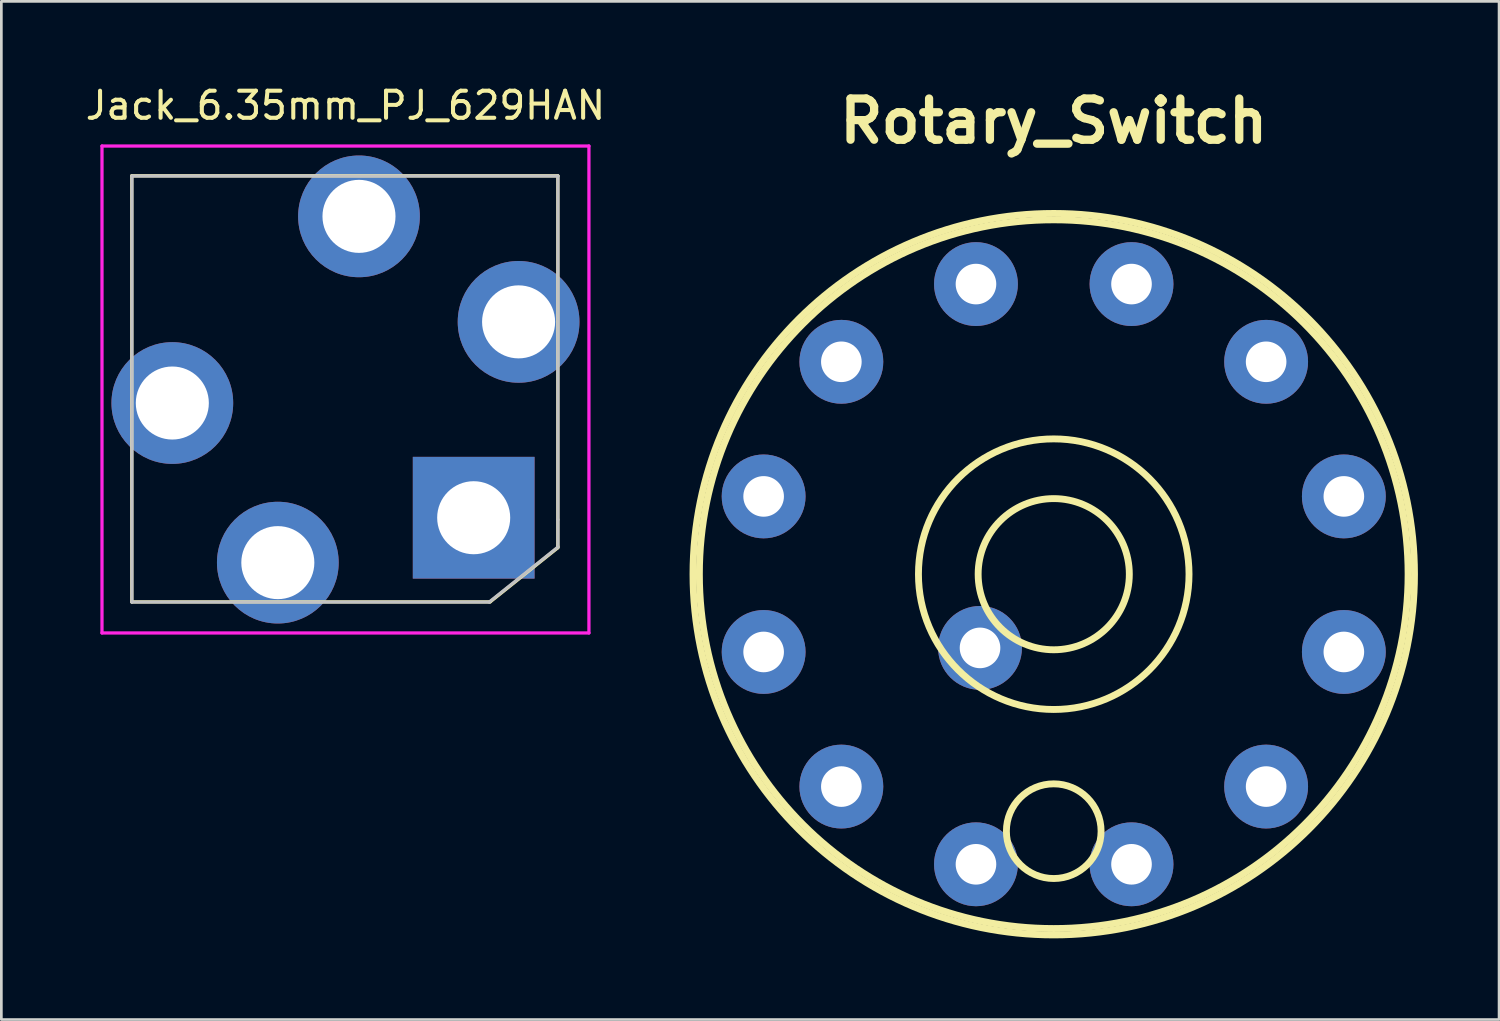
<source format=kicad_pcb>
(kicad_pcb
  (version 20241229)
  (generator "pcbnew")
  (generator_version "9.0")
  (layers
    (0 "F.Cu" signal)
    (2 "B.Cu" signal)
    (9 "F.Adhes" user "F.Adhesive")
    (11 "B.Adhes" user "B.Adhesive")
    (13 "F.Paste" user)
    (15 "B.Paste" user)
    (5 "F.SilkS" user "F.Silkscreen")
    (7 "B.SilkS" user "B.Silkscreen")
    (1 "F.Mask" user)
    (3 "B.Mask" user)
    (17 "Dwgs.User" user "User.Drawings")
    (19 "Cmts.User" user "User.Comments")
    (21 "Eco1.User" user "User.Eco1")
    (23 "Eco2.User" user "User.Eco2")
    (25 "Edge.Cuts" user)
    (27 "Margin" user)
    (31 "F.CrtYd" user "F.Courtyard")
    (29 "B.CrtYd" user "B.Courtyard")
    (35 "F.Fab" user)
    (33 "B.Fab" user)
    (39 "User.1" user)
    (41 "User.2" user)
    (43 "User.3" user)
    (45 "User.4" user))
  (footprint "Jack_6.35mm_PJ_629HAN"
    (layer "F.Cu")
    (at 9.72 11.348)
    (property "Reference" "Jack_6.35mm_PJ_629HAN" (at 0 -10.5 0) (layer "F.SilkS") (effects (font (size 1 1) (thickness 0.15))))
    (attr through_hole)
    (fp_line (start -7.9 -7.9) (end 7.85 -7.9) (stroke (width 0.12) (type solid)) (layer "F.SilkS"))
    (fp_line (start -7.9 7.85) (end -7.9 -7.9) (stroke (width 0.12) (type solid)) (layer "F.SilkS"))
    (fp_line (start 5.35 7.85) (end -7.9 7.85) (stroke (width 0.12) (type solid)) (layer "F.SilkS"))
    (fp_line (start 7.85 -7.9) (end 7.85 5.8) (stroke (width 0.12) (type solid)) (layer "F.SilkS"))
    (fp_line (start 7.85 5.8) (end 7.85 5.85) (stroke (width 0.12) (type solid)) (layer "F.SilkS"))
    (fp_line (start 7.85 5.85) (end 5.35 7.85) (stroke (width 0.12) (type solid)) (layer "F.SilkS"))
    (fp_line (start -7.894 -7.89) (end 7.854 -7.89) (stroke (width 0.12) (type solid)) (layer "Dwgs.User"))
    (fp_line (start -7.894 7.858) (end -7.894 -7.89) (stroke (width 0.12) (type solid)) (layer "Dwgs.User"))
    (fp_line (start 5.314 7.858) (end -7.894 7.858) (stroke (width 0.12) (type solid)) (layer "Dwgs.User"))
    (fp_line (start 7.854 -7.89) (end 7.854 4.81) (stroke (width 0.12) (type solid)) (layer "Dwgs.User"))
    (fp_line (start 7.854 4.81) (end 7.854 5.826) (stroke (width 0.12) (type solid)) (layer "Dwgs.User"))
    (fp_line (start 7.854 5.826) (end 5.314 7.858) (stroke (width 0.12) (type solid)) (layer "Dwgs.User"))
    (fp_line (start -9 -9) (end 9 -9) (stroke (width 0.12) (type solid)) (layer "F.CrtYd"))
    (fp_line (start -9 9) (end -9 -9) (stroke (width 0.12) (type solid)) (layer "F.CrtYd"))
    (fp_line (start 9 -9) (end 9 9) (stroke (width 0.12) (type solid)) (layer "F.CrtYd"))
    (fp_line (start 9 9) (end -9 9) (stroke (width 0.12) (type solid)) (layer "F.CrtYd"))
    (pad "R" thru_hole circle (at 0.5 -6.4) (size 4.5 4.5) (drill 2.7) (layers "*.Cu" "*.Mask"))
    (pad "RN" thru_hole circle (at 6.4 -2.5) (size 4.5 4.5) (drill 2.7) (layers "*.Cu" "*.Mask"))
    (pad "S" thru_hole rect (at 4.74 4.74) (size 4.5 4.5) (drill 2.7) (layers "*.Cu" "*.Mask"))
    (pad "T" thru_hole circle (at -6.4 0.5) (size 4.5 4.5) (drill 2.7) (layers "*.Cu" "*.Mask"))
    (pad "TN" thru_hole circle (at -2.5 6.4) (size 4.5 4.5) (drill 2.7) (layers "*.Cu" "*.Mask")))
  (footprint "Rotary_Switch"
    (layer "F.Cu")
    (at 35.902 18.175)
    (property "Reference" "Rotary_Switch" (at 0 -16.749 0) (layer "F.SilkS") (effects (font (size 1.524 1.524) (thickness 0.305))))
    (attr through_hole)
    (fp_circle (center 0 0) (end 2.794 0) (stroke (width 0.254) (type solid)) (fill no) (layer "F.SilkS"))
    (fp_circle (center 0 0) (end 5.001 0) (stroke (width 0.254) (type solid)) (fill no) (layer "F.SilkS"))
    (fp_circle (center 0 0) (end 13.099 0) (stroke (width 0.254) (type solid)) (fill no) (layer "F.SilkS"))
    (fp_circle (center 0 0) (end 13.335 0) (stroke (width 0.254) (type solid)) (fill no) (layer "F.SilkS"))
    (fp_circle (center 0 9.5) (end 1.75 9.5) (stroke (width 0.254) (type solid)) (fill no) (layer "F.SilkS"))
    (pad "1" thru_hole circle (at -2.875 10.724) (size 3.099 3.099) (drill 1.501) (layers "*.Cu" "*.Mask"))
    (pad "2" thru_hole circle (at -7.851 7.851) (size 3.099 3.099) (drill 1.501) (layers "*.Cu" "*.Mask"))
    (pad "3" thru_hole circle (at -10.724 2.875) (size 3.099 3.099) (drill 1.501) (layers "*.Cu" "*.Mask"))
    (pad "4" thru_hole circle (at -10.724 -2.875) (size 3.099 3.099) (drill 1.501) (layers "*.Cu" "*.Mask"))
    (pad "5" thru_hole circle (at -7.851 -7.851) (size 3.099 3.099) (drill 1.501) (layers "*.Cu" "*.Mask"))
    (pad "6" thru_hole circle (at -2.875 -10.724) (size 3.099 3.099) (drill 1.501) (layers "*.Cu" "*.Mask"))
    (pad "7" thru_hole circle (at 2.875 -10.724) (size 3.099 3.099) (drill 1.501) (layers "*.Cu" "*.Mask"))
    (pad "8" thru_hole circle (at 7.851 -7.851) (size 3.099 3.099) (drill 1.501) (layers "*.Cu" "*.Mask"))
    (pad "9" thru_hole circle (at 10.724 -2.875) (size 3.099 3.099) (drill 1.501) (layers "*.Cu" "*.Mask"))
    (pad "10" thru_hole circle (at 10.724 2.875) (size 3.099 3.099) (drill 1.501) (layers "*.Cu" "*.Mask"))
    (pad "11" thru_hole circle (at 7.851 7.851) (size 3.099 3.099) (drill 1.501) (layers "*.Cu" "*.Mask"))
    (pad "12" thru_hole circle (at 2.875 10.724) (size 3.099 3.099) (drill 1.501) (layers "*.Cu" "*.Mask"))
    (pad "13" thru_hole circle (at -2.725 2.725) (size 3.099 3.099) (drill 1.501) (layers "*.Cu" "*.Mask")))
  (gr_rect
    (start -3 -3)
    (end 52.364 34.637)
    (stroke (width 0.1) (type default))
    (fill no)
    (layer "Edge.Cuts")))
</source>
